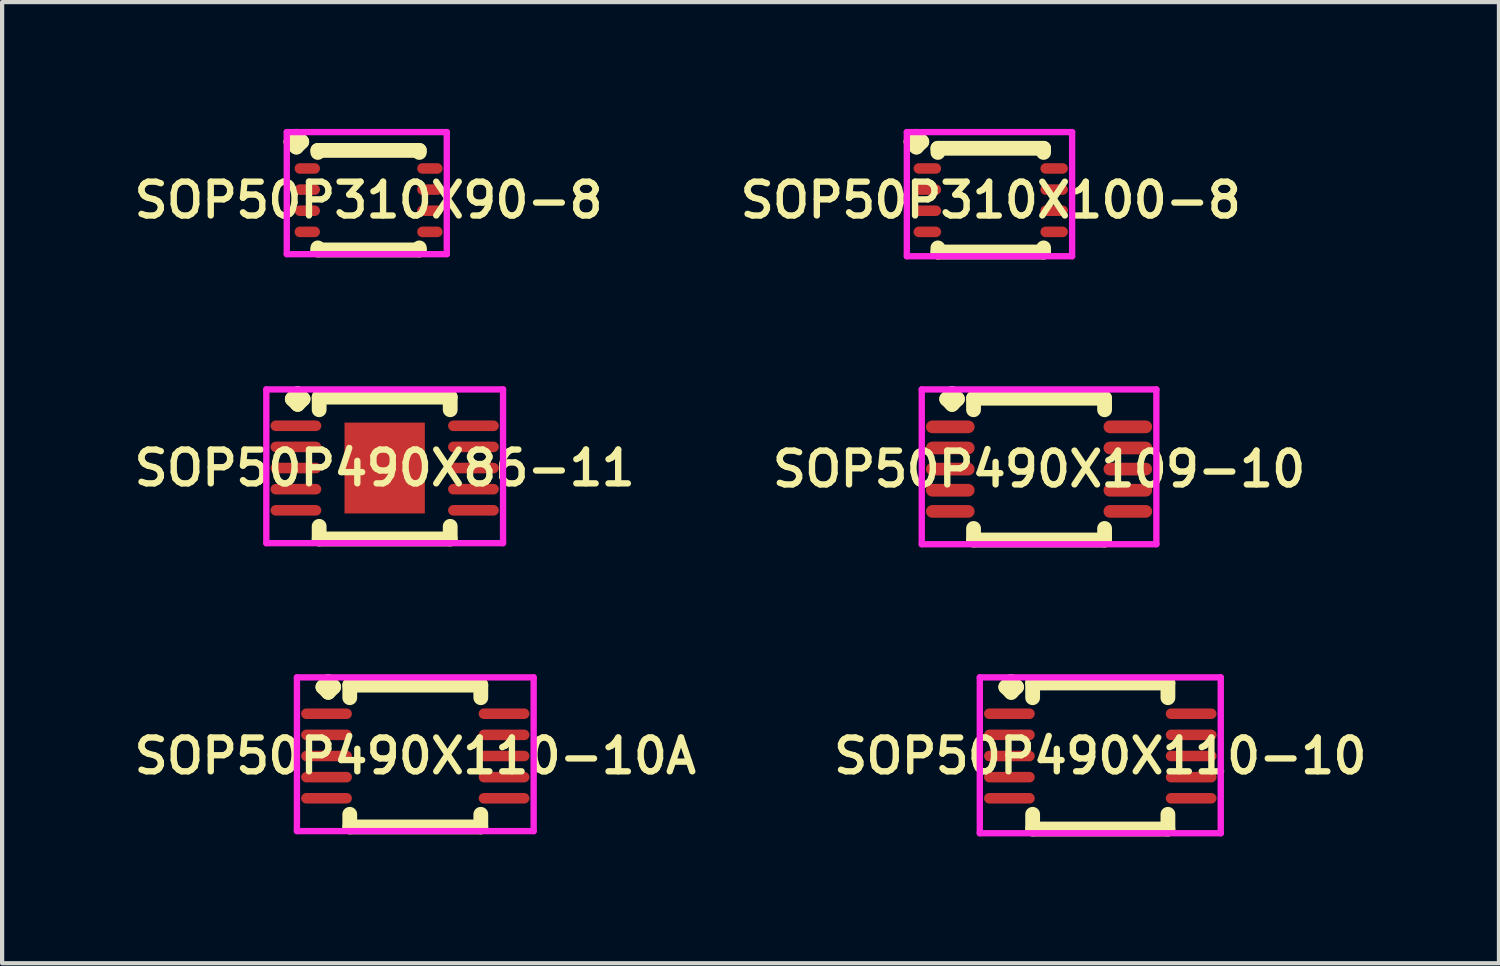
<source format=kicad_pcb>
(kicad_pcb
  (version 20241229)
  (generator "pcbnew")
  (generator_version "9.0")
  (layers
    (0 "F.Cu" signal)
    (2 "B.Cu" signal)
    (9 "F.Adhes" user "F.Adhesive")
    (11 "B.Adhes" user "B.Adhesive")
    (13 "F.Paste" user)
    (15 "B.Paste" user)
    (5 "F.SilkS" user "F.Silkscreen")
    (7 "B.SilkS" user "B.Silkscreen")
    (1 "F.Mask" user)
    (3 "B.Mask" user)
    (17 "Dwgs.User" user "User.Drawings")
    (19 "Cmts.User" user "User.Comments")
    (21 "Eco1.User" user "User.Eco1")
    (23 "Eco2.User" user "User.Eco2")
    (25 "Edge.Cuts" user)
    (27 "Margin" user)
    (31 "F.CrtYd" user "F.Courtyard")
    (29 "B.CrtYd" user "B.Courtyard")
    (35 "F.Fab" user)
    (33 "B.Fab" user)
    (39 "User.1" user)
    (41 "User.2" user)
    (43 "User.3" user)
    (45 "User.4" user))
  (footprint "SOP50P310X100-8"
    (layer "F.Cu")
    (at 20.387 1.685)
    (property "Reference" "SOP50P310X100-8" (at 0 0 0) (layer "F.SilkS") (effects (font (size 0.8 0.8) (thickness 0.15))))
    (attr smd)
    (fp_line (start -1.885 -1.383) (end -1.758 -1.51) (stroke (width 0.35) (type solid)) (layer "F.SilkS"))
    (fp_line (start -1.758 -1.51) (end -1.631 -1.383) (stroke (width 0.35) (type solid)) (layer "F.SilkS"))
    (fp_line (start -1.758 -1.256) (end -1.885 -1.383) (stroke (width 0.35) (type solid)) (layer "F.SilkS"))
    (fp_line (start -1.631 -1.383) (end -1.758 -1.256) (stroke (width 0.35) (type solid)) (layer "F.SilkS"))
    (fp_line (start -1.25 -1.227) (end 1.25 -1.227) (stroke (width 0.35) (type solid)) (layer "F.SilkS"))
    (fp_line (start -1.25 -1.129) (end -1.25 -1.227) (stroke (width 0.35) (type solid)) (layer "F.SilkS"))
    (fp_line (start -1.25 1.129) (end -1.25 1.227) (stroke (width 0.35) (type solid)) (layer "F.SilkS"))
    (fp_line (start -1.25 1.227) (end 1.25 1.227) (stroke (width 0.35) (type solid)) (layer "F.SilkS"))
    (fp_line (start 1.25 -1.227) (end 1.25 -1.129) (stroke (width 0.35) (type solid)) (layer "F.SilkS"))
    (fp_line (start 1.25 1.227) (end 1.25 1.129) (stroke (width 0.35) (type solid)) (layer "F.SilkS"))
    (fp_line (start -1.985 -1.61) (end 1.925 -1.61) (stroke (width 0.15) (type solid)) (layer "F.CrtYd"))
    (fp_line (start -1.985 1.327) (end -1.985 -1.61) (stroke (width 0.15) (type solid)) (layer "F.CrtYd"))
    (fp_line (start 1.925 -1.61) (end 1.925 1.327) (stroke (width 0.15) (type solid)) (layer "F.CrtYd"))
    (fp_line (start 1.925 1.327) (end -1.985 1.327) (stroke (width 0.15) (type solid)) (layer "F.CrtYd"))
    (pad "1" smd oval (at -1.5 -0.75) (size 0.65 0.25) (layers "F.Cu" "F.Mask" "F.Paste"))
    (pad "2" smd oval (at -1.5 -0.25) (size 0.65 0.25) (layers "F.Cu" "F.Mask" "F.Paste"))
    (pad "3" smd oval (at -1.5 0.25) (size 0.65 0.25) (layers "F.Cu" "F.Mask" "F.Paste"))
    (pad "4" smd oval (at -1.5 0.75) (size 0.65 0.25) (layers "F.Cu" "F.Mask" "F.Paste"))
    (pad "5" smd oval (at 1.5 0.75) (size 0.65 0.25) (layers "F.Cu" "F.Mask" "F.Paste"))
    (pad "6" smd oval (at 1.5 0.25) (size 0.65 0.25) (layers "F.Cu" "F.Mask" "F.Paste"))
    (pad "7" smd oval (at 1.5 -0.25) (size 0.65 0.25) (layers "F.Cu" "F.Mask" "F.Paste"))
    (pad "8" smd oval (at 1.5 -0.75) (size 0.65 0.25) (layers "F.Cu" "F.Mask" "F.Paste")))
  (footprint "SOP50P310X90-8"
    (layer "F.Cu")
    (at 5.669 1.685)
    (property "Reference" "SOP50P310X90-8" (at 0 0 0) (layer "F.SilkS") (effects (font (size 0.8 0.8) (thickness 0.15))))
    (attr smd)
    (fp_line (start -1.835 -1.383) (end -1.708 -1.51) (stroke (width 0.35) (type solid)) (layer "F.SilkS"))
    (fp_line (start -1.708 -1.51) (end -1.581 -1.383) (stroke (width 0.35) (type solid)) (layer "F.SilkS"))
    (fp_line (start -1.708 -1.256) (end -1.835 -1.383) (stroke (width 0.35) (type solid)) (layer "F.SilkS"))
    (fp_line (start -1.581 -1.383) (end -1.708 -1.256) (stroke (width 0.35) (type solid)) (layer "F.SilkS"))
    (fp_line (start -1.2 -1.177) (end 1.2 -1.177) (stroke (width 0.35) (type solid)) (layer "F.SilkS"))
    (fp_line (start -1.2 -1.129) (end -1.2 -1.177) (stroke (width 0.35) (type solid)) (layer "F.SilkS"))
    (fp_line (start -1.2 1.129) (end -1.2 1.177) (stroke (width 0.35) (type solid)) (layer "F.SilkS"))
    (fp_line (start -1.2 1.177) (end 1.2 1.177) (stroke (width 0.35) (type solid)) (layer "F.SilkS"))
    (fp_line (start 1.2 -1.177) (end 1.2 -1.129) (stroke (width 0.35) (type solid)) (layer "F.SilkS"))
    (fp_line (start 1.2 1.177) (end 1.2 1.129) (stroke (width 0.35) (type solid)) (layer "F.SilkS"))
    (fp_line (start -1.935 -1.61) (end 1.85 -1.61) (stroke (width 0.15) (type solid)) (layer "F.CrtYd"))
    (fp_line (start -1.935 1.277) (end -1.935 -1.61) (stroke (width 0.15) (type solid)) (layer "F.CrtYd"))
    (fp_line (start 1.85 -1.61) (end 1.85 1.277) (stroke (width 0.15) (type solid)) (layer "F.CrtYd"))
    (fp_line (start 1.85 1.277) (end -1.935 1.277) (stroke (width 0.15) (type solid)) (layer "F.CrtYd"))
    (pad "1" smd oval (at -1.45 -0.75) (size 0.6 0.25) (layers "F.Cu" "F.Mask" "F.Paste"))
    (pad "2" smd oval (at -1.45 -0.25) (size 0.6 0.25) (layers "F.Cu" "F.Mask" "F.Paste"))
    (pad "3" smd oval (at -1.45 0.25) (size 0.6 0.25) (layers "F.Cu" "F.Mask" "F.Paste"))
    (pad "4" smd oval (at -1.45 0.75) (size 0.6 0.25) (layers "F.Cu" "F.Mask" "F.Paste"))
    (pad "5" smd oval (at 1.45 0.75) (size 0.6 0.25) (layers "F.Cu" "F.Mask" "F.Paste"))
    (pad "6" smd oval (at 1.45 0.25) (size 0.6 0.25) (layers "F.Cu" "F.Mask" "F.Paste"))
    (pad "7" smd oval (at 1.45 -0.25) (size 0.6 0.25) (layers "F.Cu" "F.Mask" "F.Paste"))
    (pad "8" smd oval (at 1.45 -0.75) (size 0.6 0.25) (layers "F.Cu" "F.Mask" "F.Paste")))
  (footprint "SOP50P490X110-10"
    (layer "F.Cu")
    (at 22.978 14.834)
    (property "Reference" "SOP50P490X110-10" (at 0 0 0) (layer "F.SilkS") (effects (font (size 0.8 0.8) (thickness 0.15))))
    (attr smd)
    (fp_line (start -2.235 -1.633) (end -2.108 -1.76) (stroke (width 0.35) (type solid)) (layer "F.SilkS"))
    (fp_line (start -2.108 -1.76) (end -1.981 -1.633) (stroke (width 0.35) (type solid)) (layer "F.SilkS"))
    (fp_line (start -2.108 -1.506) (end -2.235 -1.633) (stroke (width 0.35) (type solid)) (layer "F.SilkS"))
    (fp_line (start -1.981 -1.633) (end -2.108 -1.506) (stroke (width 0.35) (type solid)) (layer "F.SilkS"))
    (fp_line (start -1.6 -1.727) (end 1.6 -1.727) (stroke (width 0.35) (type solid)) (layer "F.SilkS"))
    (fp_line (start -1.6 -1.379) (end -1.6 -1.727) (stroke (width 0.35) (type solid)) (layer "F.SilkS"))
    (fp_line (start -1.6 1.379) (end -1.6 1.727) (stroke (width 0.35) (type solid)) (layer "F.SilkS"))
    (fp_line (start -1.6 1.727) (end 1.6 1.727) (stroke (width 0.35) (type solid)) (layer "F.SilkS"))
    (fp_line (start 1.6 -1.727) (end 1.6 -1.379) (stroke (width 0.35) (type solid)) (layer "F.SilkS"))
    (fp_line (start 1.6 1.727) (end 1.6 1.379) (stroke (width 0.35) (type solid)) (layer "F.SilkS"))
    (fp_line (start -2.85 -1.86) (end 2.85 -1.86) (stroke (width 0.15) (type solid)) (layer "F.CrtYd"))
    (fp_line (start -2.85 1.827) (end -2.85 -1.86) (stroke (width 0.15) (type solid)) (layer "F.CrtYd"))
    (fp_line (start 2.85 -1.86) (end 2.85 1.827) (stroke (width 0.15) (type solid)) (layer "F.CrtYd"))
    (fp_line (start 2.85 1.827) (end -2.85 1.827) (stroke (width 0.15) (type solid)) (layer "F.CrtYd"))
    (pad "1" smd oval (at -2.15 -1) (size 1.2 0.25) (layers "F.Cu" "F.Mask" "F.Paste"))
    (pad "2" smd oval (at -2.15 -0.5) (size 1.2 0.25) (layers "F.Cu" "F.Mask" "F.Paste"))
    (pad "3" smd oval (at -2.15 0) (size 1.2 0.25) (layers "F.Cu" "F.Mask" "F.Paste"))
    (pad "4" smd oval (at -2.15 0.5) (size 1.2 0.25) (layers "F.Cu" "F.Mask" "F.Paste"))
    (pad "5" smd oval (at -2.15 1) (size 1.2 0.25) (layers "F.Cu" "F.Mask" "F.Paste"))
    (pad "6" smd oval (at 2.15 1) (size 1.2 0.25) (layers "F.Cu" "F.Mask" "F.Paste"))
    (pad "7" smd oval (at 2.15 0.5) (size 1.2 0.25) (layers "F.Cu" "F.Mask" "F.Paste"))
    (pad "8" smd oval (at 2.15 0) (size 1.2 0.25) (layers "F.Cu" "F.Mask" "F.Paste"))
    (pad "9" smd oval (at 2.15 -0.5) (size 1.2 0.25) (layers "F.Cu" "F.Mask" "F.Paste"))
    (pad "10" smd oval (at 2.15 -1) (size 1.2 0.25) (layers "F.Cu" "F.Mask" "F.Paste")))
  (footprint "SOP50P490X110-10A"
    (layer "F.Cu")
    (at 6.774 14.834)
    (property "Reference" "SOP50P490X110-10A" (at 0 0 0) (layer "F.SilkS") (effects (font (size 0.8 0.8) (thickness 0.15))))
    (attr smd)
    (fp_line (start -2.185 -1.633) (end -2.058 -1.76) (stroke (width 0.35) (type solid)) (layer "F.SilkS"))
    (fp_line (start -2.058 -1.76) (end -1.931 -1.633) (stroke (width 0.35) (type solid)) (layer "F.SilkS"))
    (fp_line (start -2.058 -1.506) (end -2.185 -1.633) (stroke (width 0.35) (type solid)) (layer "F.SilkS"))
    (fp_line (start -1.931 -1.633) (end -2.058 -1.506) (stroke (width 0.35) (type solid)) (layer "F.SilkS"))
    (fp_line (start -1.55 -1.677) (end 1.55 -1.677) (stroke (width 0.35) (type solid)) (layer "F.SilkS"))
    (fp_line (start -1.55 -1.379) (end -1.55 -1.677) (stroke (width 0.35) (type solid)) (layer "F.SilkS"))
    (fp_line (start -1.55 1.379) (end -1.55 1.677) (stroke (width 0.35) (type solid)) (layer "F.SilkS"))
    (fp_line (start -1.55 1.677) (end 1.55 1.677) (stroke (width 0.35) (type solid)) (layer "F.SilkS"))
    (fp_line (start 1.55 -1.677) (end 1.55 -1.379) (stroke (width 0.35) (type solid)) (layer "F.SilkS"))
    (fp_line (start 1.55 1.677) (end 1.55 1.379) (stroke (width 0.35) (type solid)) (layer "F.SilkS"))
    (fp_line (start -2.8 -1.86) (end 2.8 -1.86) (stroke (width 0.15) (type solid)) (layer "F.CrtYd"))
    (fp_line (start -2.8 1.777) (end -2.8 -1.86) (stroke (width 0.15) (type solid)) (layer "F.CrtYd"))
    (fp_line (start 2.8 -1.86) (end 2.8 1.777) (stroke (width 0.15) (type solid)) (layer "F.CrtYd"))
    (fp_line (start 2.8 1.777) (end -2.8 1.777) (stroke (width 0.15) (type solid)) (layer "F.CrtYd"))
    (pad "1" smd oval (at -2.1 -1) (size 1.2 0.25) (layers "F.Cu" "F.Mask" "F.Paste"))
    (pad "2" smd oval (at -2.1 -0.5) (size 1.2 0.25) (layers "F.Cu" "F.Mask" "F.Paste"))
    (pad "3" smd oval (at -2.1 0) (size 1.2 0.25) (layers "F.Cu" "F.Mask" "F.Paste"))
    (pad "4" smd oval (at -2.1 0.5) (size 1.2 0.25) (layers "F.Cu" "F.Mask" "F.Paste"))
    (pad "5" smd oval (at -2.1 1) (size 1.2 0.25) (layers "F.Cu" "F.Mask" "F.Paste"))
    (pad "6" smd oval (at 2.1 1) (size 1.2 0.25) (layers "F.Cu" "F.Mask" "F.Paste"))
    (pad "7" smd oval (at 2.1 0.5) (size 1.2 0.25) (layers "F.Cu" "F.Mask" "F.Paste"))
    (pad "8" smd oval (at 2.1 0) (size 1.2 0.25) (layers "F.Cu" "F.Mask" "F.Paste"))
    (pad "9" smd oval (at 2.1 -0.5) (size 1.2 0.25) (layers "F.Cu" "F.Mask" "F.Paste"))
    (pad "10" smd oval (at 2.1 -1) (size 1.2 0.25) (layers "F.Cu" "F.Mask" "F.Paste")))
  (footprint "SOP50P490X86-11"
    (layer "F.Cu")
    (at 6.05 8.022)
    (property "Reference" "SOP50P490X86-11" (at 0 0 0) (layer "F.SilkS") (effects (font (size 0.8 0.8) (thickness 0.15))))
    (attr smd)
    (fp_line (start -2.185 -1.633) (end -2.058 -1.76) (stroke (width 0.35) (type solid)) (layer "F.SilkS"))
    (fp_line (start -2.058 -1.76) (end -1.931 -1.633) (stroke (width 0.35) (type solid)) (layer "F.SilkS"))
    (fp_line (start -2.058 -1.506) (end -2.185 -1.633) (stroke (width 0.35) (type solid)) (layer "F.SilkS"))
    (fp_line (start -1.931 -1.633) (end -2.058 -1.506) (stroke (width 0.35) (type solid)) (layer "F.SilkS"))
    (fp_line (start -1.55 -1.677) (end 1.55 -1.677) (stroke (width 0.35) (type solid)) (layer "F.SilkS"))
    (fp_line (start -1.55 -1.379) (end -1.55 -1.677) (stroke (width 0.35) (type solid)) (layer "F.SilkS"))
    (fp_line (start -1.55 1.379) (end -1.55 1.677) (stroke (width 0.35) (type solid)) (layer "F.SilkS"))
    (fp_line (start -1.55 1.677) (end 1.55 1.677) (stroke (width 0.35) (type solid)) (layer "F.SilkS"))
    (fp_line (start 1.55 -1.677) (end 1.55 -1.379) (stroke (width 0.35) (type solid)) (layer "F.SilkS"))
    (fp_line (start 1.55 1.677) (end 1.55 1.379) (stroke (width 0.35) (type solid)) (layer "F.SilkS"))
    (fp_line (start -2.8 -1.86) (end 2.8 -1.86) (stroke (width 0.15) (type solid)) (layer "F.CrtYd"))
    (fp_line (start -2.8 1.777) (end -2.8 -1.86) (stroke (width 0.15) (type solid)) (layer "F.CrtYd"))
    (fp_line (start 2.8 -1.86) (end 2.8 1.777) (stroke (width 0.15) (type solid)) (layer "F.CrtYd"))
    (fp_line (start 2.8 1.777) (end -2.8 1.777) (stroke (width 0.15) (type solid)) (layer "F.CrtYd"))
    (pad "1" smd oval (at -2.1 -1) (size 1.2 0.25) (layers "F.Cu" "F.Mask" "F.Paste"))
    (pad "2" smd oval (at -2.1 -0.5) (size 1.2 0.25) (layers "F.Cu" "F.Mask" "F.Paste"))
    (pad "3" smd oval (at -2.1 0) (size 1.2 0.25) (layers "F.Cu" "F.Mask" "F.Paste"))
    (pad "4" smd oval (at -2.1 0.5) (size 1.2 0.25) (layers "F.Cu" "F.Mask" "F.Paste"))
    (pad "5" smd oval (at -2.1 1) (size 1.2 0.25) (layers "F.Cu" "F.Mask" "F.Paste"))
    (pad "6" smd oval (at 2.1 1) (size 1.2 0.25) (layers "F.Cu" "F.Mask" "F.Paste"))
    (pad "7" smd oval (at 2.1 0.5) (size 1.2 0.25) (layers "F.Cu" "F.Mask" "F.Paste"))
    (pad "8" smd oval (at 2.1 0) (size 1.2 0.25) (layers "F.Cu" "F.Mask" "F.Paste"))
    (pad "9" smd oval (at 2.1 -0.5) (size 1.2 0.25) (layers "F.Cu" "F.Mask" "F.Paste"))
    (pad "10" smd oval (at 2.1 -1) (size 1.2 0.25) (layers "F.Cu" "F.Mask" "F.Paste"))
    (pad "11" smd rect (at 0 0) (size 1.9 2.15) (layers "F.Cu" "F.Mask" "F.Paste")))
  (footprint "SOP50P490X109-10"
    (layer "F.Cu")
    (at 21.53 8.047)
    (property "Reference" "SOP50P490X109-10" (at 0 0 0) (layer "F.SilkS") (effects (font (size 0.8 0.8) (thickness 0.15))))
    (attr smd)
    (fp_line (start -2.185 -1.658) (end -2.058 -1.785) (stroke (width 0.35) (type solid)) (layer "F.SilkS"))
    (fp_line (start -2.058 -1.785) (end -1.931 -1.658) (stroke (width 0.35) (type solid)) (layer "F.SilkS"))
    (fp_line (start -2.058 -1.531) (end -2.185 -1.658) (stroke (width 0.35) (type solid)) (layer "F.SilkS"))
    (fp_line (start -1.931 -1.658) (end -2.058 -1.531) (stroke (width 0.35) (type solid)) (layer "F.SilkS"))
    (fp_line (start -1.55 -1.677) (end 1.55 -1.677) (stroke (width 0.35) (type solid)) (layer "F.SilkS"))
    (fp_line (start -1.55 -1.404) (end -1.55 -1.677) (stroke (width 0.35) (type solid)) (layer "F.SilkS"))
    (fp_line (start -1.55 1.404) (end -1.55 1.677) (stroke (width 0.35) (type solid)) (layer "F.SilkS"))
    (fp_line (start -1.55 1.677) (end 1.55 1.677) (stroke (width 0.35) (type solid)) (layer "F.SilkS"))
    (fp_line (start 1.55 -1.677) (end 1.55 -1.404) (stroke (width 0.35) (type solid)) (layer "F.SilkS"))
    (fp_line (start 1.55 1.677) (end 1.55 1.404) (stroke (width 0.35) (type solid)) (layer "F.SilkS"))
    (fp_line (start -2.775 -1.885) (end 2.775 -1.885) (stroke (width 0.15) (type solid)) (layer "F.CrtYd"))
    (fp_line (start -2.775 1.777) (end -2.775 -1.885) (stroke (width 0.15) (type solid)) (layer "F.CrtYd"))
    (fp_line (start 2.775 -1.885) (end 2.775 1.777) (stroke (width 0.15) (type solid)) (layer "F.CrtYd"))
    (fp_line (start 2.775 1.777) (end -2.775 1.777) (stroke (width 0.15) (type solid)) (layer "F.CrtYd"))
    (pad "1" smd oval (at -2.1 -1) (size 1.15 0.3) (layers "F.Cu" "F.Mask" "F.Paste"))
    (pad "2" smd oval (at -2.1 -0.5) (size 1.15 0.3) (layers "F.Cu" "F.Mask" "F.Paste"))
    (pad "3" smd oval (at -2.1 0) (size 1.15 0.3) (layers "F.Cu" "F.Mask" "F.Paste"))
    (pad "4" smd oval (at -2.1 0.5) (size 1.15 0.3) (layers "F.Cu" "F.Mask" "F.Paste"))
    (pad "5" smd oval (at -2.1 1) (size 1.15 0.3) (layers "F.Cu" "F.Mask" "F.Paste"))
    (pad "6" smd oval (at 2.1 1) (size 1.15 0.3) (layers "F.Cu" "F.Mask" "F.Paste"))
    (pad "7" smd oval (at 2.1 0.5) (size 1.15 0.3) (layers "F.Cu" "F.Mask" "F.Paste"))
    (pad "8" smd oval (at 2.1 0) (size 1.15 0.3) (layers "F.Cu" "F.Mask" "F.Paste"))
    (pad "9" smd oval (at 2.1 -0.5) (size 1.15 0.3) (layers "F.Cu" "F.Mask" "F.Paste"))
    (pad "10" smd oval (at 2.1 -1) (size 1.15 0.3) (layers "F.Cu" "F.Mask" "F.Paste")))
  (gr_rect
    (start -3 -3)
    (end 32.409 19.736)
    (stroke (width 0.1) (type default))
    (fill no)
    (layer "Edge.Cuts")))
</source>
